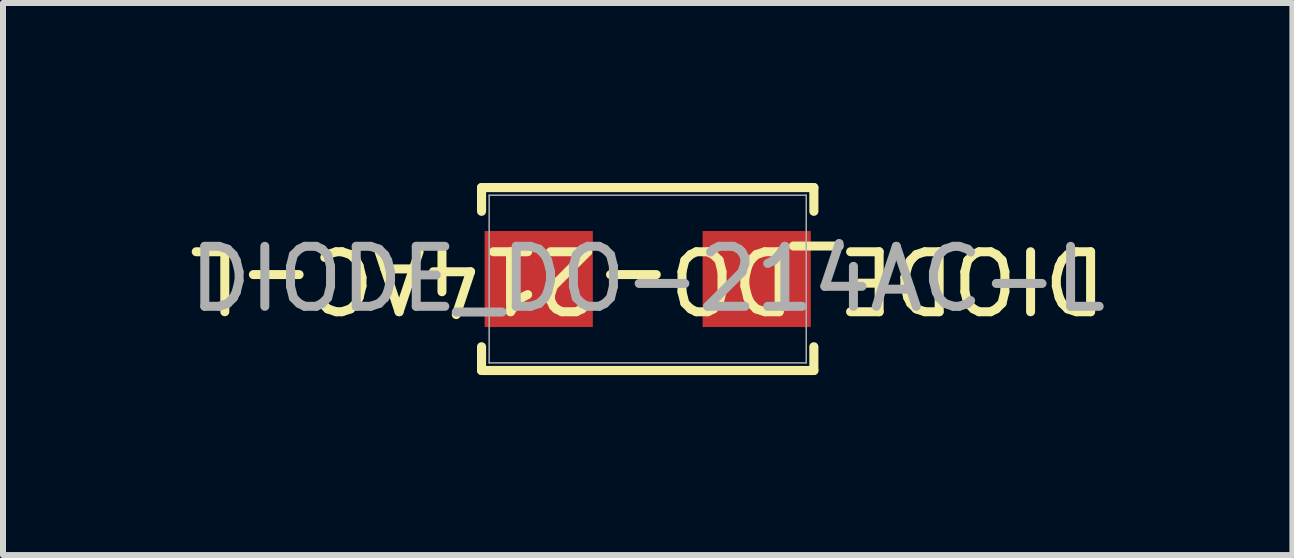
<source format=kicad_pcb>
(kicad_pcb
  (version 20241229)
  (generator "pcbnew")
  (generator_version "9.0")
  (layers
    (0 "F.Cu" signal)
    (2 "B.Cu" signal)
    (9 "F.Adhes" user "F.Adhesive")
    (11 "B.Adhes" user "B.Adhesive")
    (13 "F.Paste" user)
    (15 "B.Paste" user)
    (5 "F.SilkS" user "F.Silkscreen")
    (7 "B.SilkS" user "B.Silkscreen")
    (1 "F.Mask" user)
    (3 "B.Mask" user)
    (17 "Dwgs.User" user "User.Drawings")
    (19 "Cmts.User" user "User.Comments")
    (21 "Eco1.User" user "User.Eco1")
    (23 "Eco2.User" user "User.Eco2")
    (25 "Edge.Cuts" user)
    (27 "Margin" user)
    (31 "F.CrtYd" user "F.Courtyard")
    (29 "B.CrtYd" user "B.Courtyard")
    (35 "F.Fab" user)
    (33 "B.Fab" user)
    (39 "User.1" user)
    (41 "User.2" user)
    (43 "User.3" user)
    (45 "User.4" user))
  (footprint "DIODE_DO-214AC-L"
    (layer "F.Cu")
    (at 7.744 1.6)
    (property "Reference" "DIODE_DO-214AC-L" (at 0 0 180) (unlocked yes) (layer "F.SilkS") (effects (font (size 1 1) (thickness 0.15))))
    (attr smd)
    (fp_line (start -2.769 -1.524) (end -2.769 -1.129) (stroke (width 0.152) (type solid)) (layer "F.SilkS"))
    (fp_line (start -2.769 1.129) (end -2.769 1.524) (stroke (width 0.152) (type solid)) (layer "F.SilkS"))
    (fp_line (start -2.769 1.524) (end 2.769 1.524) (stroke (width 0.152) (type solid)) (layer "F.SilkS"))
    (fp_line (start 2.769 -1.524) (end -2.769 -1.524) (stroke (width 0.152) (type solid)) (layer "F.SilkS"))
    (fp_line (start 2.769 -1.129) (end 2.769 -1.524) (stroke (width 0.152) (type solid)) (layer "F.SilkS"))
    (fp_line (start 2.769 1.524) (end 2.769 1.129) (stroke (width 0.152) (type solid)) (layer "F.SilkS"))
    (fp_line (start -2.642 -1.397) (end -2.642 1.397) (stroke (width 0.025) (type solid)) (layer "F.Fab"))
    (fp_line (start -2.642 1.397) (end 2.642 1.397) (stroke (width 0.025) (type solid)) (layer "F.Fab"))
    (fp_line (start 2.642 -1.397) (end -2.642 -1.397) (stroke (width 0.025) (type solid)) (layer "F.Fab"))
    (fp_line (start 2.642 1.397) (end 2.642 -1.397) (stroke (width 0.025) (type solid)) (layer "F.Fab"))
    (fp_text user "${REFERENCE}" (at 0 0 0) (unlocked yes) (layer "F.Fab") (effects (font (size 1 1) (thickness 0.15))))
    (pad "1" smd rect (at -1.816 0 90) (size 1.6 1.803) (layers "F.Cu" "F.Mask" "F.Paste"))
    (pad "2" smd rect (at 1.816 0 90) (size 1.6 1.803) (layers "F.Cu" "F.Mask" "F.Paste"))
    (zone (net_name "") (layer "F.Cu") (hatch full 0.508) (connect_pads) (min_thickness 0.254) (filled_areas_thickness no) (keepout (tracks not_allowed) (vias not_allowed) (pads allowed) (copperpour not_allowed) (footprints allowed)) (placement (enabled no)) (fill) (polygon (pts (xy 5.153 0.254) (xy 10.335 0.254) (xy 10.335 0.724) (xy 5.153 0.724))))
    (zone (net_name "") (layer "F.Cu") (hatch full 0.508) (connect_pads) (min_thickness 0.254) (filled_areas_thickness no) (keepout (tracks not_allowed) (vias not_allowed) (pads allowed) (copperpour not_allowed) (footprints allowed)) (placement (enabled no)) (fill) (polygon (pts (xy 5.153 2.477) (xy 10.335 2.477) (xy 10.335 2.946) (xy 5.153 2.946))))
    (zone (net_name "") (layer "F.Cu") (hatch full 0.508) (connect_pads) (min_thickness 0.254) (filled_areas_thickness no) (keepout (tracks not_allowed) (vias not_allowed) (pads allowed) (copperpour not_allowed) (footprints allowed)) (placement (enabled no)) (fill) (polygon (pts (xy 6.88 0.724) (xy 8.608 0.724) (xy 8.608 2.477) (xy 6.88 2.477)))))
  (gr_rect
    (start -3 -3)
    (end 18.488 6.2)
    (stroke (width 0.1) (type default))
    (fill no)
    (layer "Edge.Cuts")))
</source>
